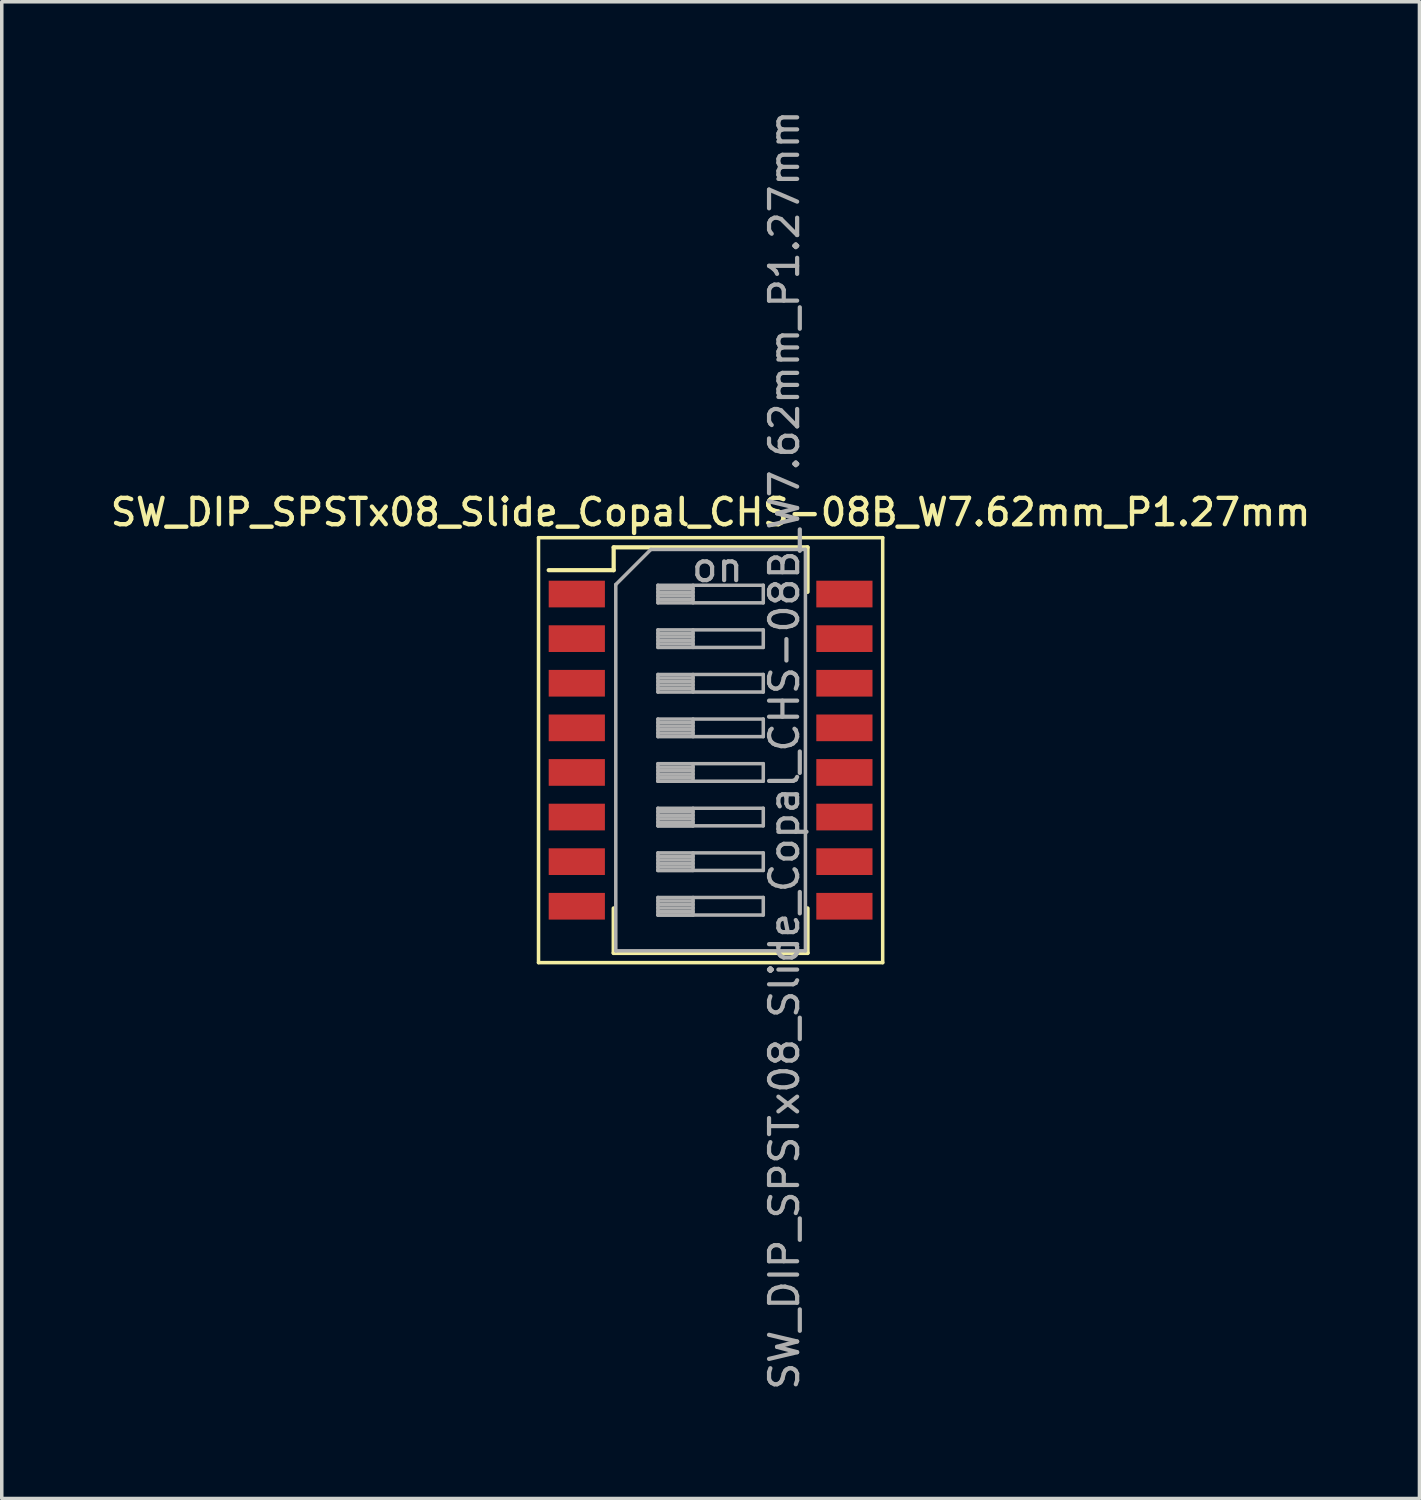
<source format=kicad_pcb>
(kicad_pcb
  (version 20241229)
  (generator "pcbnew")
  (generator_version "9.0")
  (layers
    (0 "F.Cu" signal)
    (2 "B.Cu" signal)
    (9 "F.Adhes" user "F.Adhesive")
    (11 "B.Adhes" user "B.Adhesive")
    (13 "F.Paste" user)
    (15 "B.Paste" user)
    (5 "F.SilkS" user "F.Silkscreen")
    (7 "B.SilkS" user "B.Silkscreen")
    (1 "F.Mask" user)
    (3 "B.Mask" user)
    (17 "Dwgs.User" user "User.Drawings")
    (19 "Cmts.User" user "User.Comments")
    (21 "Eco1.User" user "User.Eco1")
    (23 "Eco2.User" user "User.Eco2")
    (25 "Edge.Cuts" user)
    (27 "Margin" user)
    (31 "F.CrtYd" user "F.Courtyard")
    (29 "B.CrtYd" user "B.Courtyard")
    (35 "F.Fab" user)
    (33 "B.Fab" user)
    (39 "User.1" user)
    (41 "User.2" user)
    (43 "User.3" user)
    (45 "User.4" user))
  (footprint "SW_DIP_SPSTx08_Slide_Copal_CHS-08B_W7.62mm_P1.27mm"
    (layer "F.Cu")
    (at 17.184 18.31)
    (property "Reference" "SW_DIP_SPSTx08_Slide_Copal_CHS-08B_W7.62mm_P1.27mm" (at 0 -6.775 0) (layer "F.SilkS") (effects (font (size 0.75 0.75) (thickness 0.125))))
    (attr smd)
    (fp_line (start -4.9 -6.05) (end -4.9 6.05) (stroke (width 0.1) (type solid)) (layer "F.SilkS"))
    (fp_line (start -4.9 6.05) (end 4.9 6.05) (stroke (width 0.1) (type solid)) (layer "F.SilkS"))
    (fp_line (start -4.61 -5.125) (end -2.76 -5.125) (stroke (width 0.12) (type solid)) (layer "F.SilkS"))
    (fp_line (start -2.76 -5.775) (end -2.76 -5.125) (stroke (width 0.12) (type solid)) (layer "F.SilkS"))
    (fp_line (start -2.76 -5.775) (end 2.76 -5.775) (stroke (width 0.12) (type solid)) (layer "F.SilkS"))
    (fp_line (start -2.76 4.505) (end -2.76 5.775) (stroke (width 0.12) (type solid)) (layer "F.SilkS"))
    (fp_line (start -2.76 5.775) (end 2.76 5.775) (stroke (width 0.12) (type solid)) (layer "F.SilkS"))
    (fp_line (start 2.76 -5.775) (end 2.76 -4.506) (stroke (width 0.12) (type solid)) (layer "F.SilkS"))
    (fp_line (start 2.76 4.505) (end 2.76 5.775) (stroke (width 0.12) (type solid)) (layer "F.SilkS"))
    (fp_line (start 4.9 -6.05) (end -4.9 -6.05) (stroke (width 0.1) (type solid)) (layer "F.SilkS"))
    (fp_line (start 4.9 6.05) (end 4.9 -6.05) (stroke (width 0.1) (type solid)) (layer "F.SilkS"))
    (fp_line (start -2.7 -4.715) (end -1.7 -5.715) (stroke (width 0.1) (type solid)) (layer "F.Fab"))
    (fp_line (start -2.7 5.715) (end -2.7 -4.715) (stroke (width 0.1) (type solid)) (layer "F.Fab"))
    (fp_line (start -1.7 -5.715) (end 2.7 -5.715) (stroke (width 0.1) (type solid)) (layer "F.Fab"))
    (fp_line (start -1.5 -4.695) (end -1.5 -4.195) (stroke (width 0.1) (type solid)) (layer "F.Fab"))
    (fp_line (start -1.5 -4.595) (end -0.5 -4.595) (stroke (width 0.1) (type solid)) (layer "F.Fab"))
    (fp_line (start -1.5 -4.495) (end -0.5 -4.495) (stroke (width 0.1) (type solid)) (layer "F.Fab"))
    (fp_line (start -1.5 -4.395) (end -0.5 -4.395) (stroke (width 0.1) (type solid)) (layer "F.Fab"))
    (fp_line (start -1.5 -4.295) (end -0.5 -4.295) (stroke (width 0.1) (type solid)) (layer "F.Fab"))
    (fp_line (start -1.5 -4.195) (end 1.5 -4.195) (stroke (width 0.1) (type solid)) (layer "F.Fab"))
    (fp_line (start -1.5 -3.425) (end -1.5 -2.925) (stroke (width 0.1) (type solid)) (layer "F.Fab"))
    (fp_line (start -1.5 -3.325) (end -0.5 -3.325) (stroke (width 0.1) (type solid)) (layer "F.Fab"))
    (fp_line (start -1.5 -3.225) (end -0.5 -3.225) (stroke (width 0.1) (type solid)) (layer "F.Fab"))
    (fp_line (start -1.5 -3.125) (end -0.5 -3.125) (stroke (width 0.1) (type solid)) (layer "F.Fab"))
    (fp_line (start -1.5 -3.025) (end -0.5 -3.025) (stroke (width 0.1) (type solid)) (layer "F.Fab"))
    (fp_line (start -1.5 -2.925) (end 1.5 -2.925) (stroke (width 0.1) (type solid)) (layer "F.Fab"))
    (fp_line (start -1.5 -2.155) (end -1.5 -1.655) (stroke (width 0.1) (type solid)) (layer "F.Fab"))
    (fp_line (start -1.5 -2.055) (end -0.5 -2.055) (stroke (width 0.1) (type solid)) (layer "F.Fab"))
    (fp_line (start -1.5 -1.955) (end -0.5 -1.955) (stroke (width 0.1) (type solid)) (layer "F.Fab"))
    (fp_line (start -1.5 -1.855) (end -0.5 -1.855) (stroke (width 0.1) (type solid)) (layer "F.Fab"))
    (fp_line (start -1.5 -1.755) (end -0.5 -1.755) (stroke (width 0.1) (type solid)) (layer "F.Fab"))
    (fp_line (start -1.5 -1.655) (end 1.5 -1.655) (stroke (width 0.1) (type solid)) (layer "F.Fab"))
    (fp_line (start -1.5 -0.885) (end -1.5 -0.385) (stroke (width 0.1) (type solid)) (layer "F.Fab"))
    (fp_line (start -1.5 -0.785) (end -0.5 -0.785) (stroke (width 0.1) (type solid)) (layer "F.Fab"))
    (fp_line (start -1.5 -0.685) (end -0.5 -0.685) (stroke (width 0.1) (type solid)) (layer "F.Fab"))
    (fp_line (start -1.5 -0.585) (end -0.5 -0.585) (stroke (width 0.1) (type solid)) (layer "F.Fab"))
    (fp_line (start -1.5 -0.485) (end -0.5 -0.485) (stroke (width 0.1) (type solid)) (layer "F.Fab"))
    (fp_line (start -1.5 -0.385) (end 1.5 -0.385) (stroke (width 0.1) (type solid)) (layer "F.Fab"))
    (fp_line (start -1.5 0.385) (end -1.5 0.885) (stroke (width 0.1) (type solid)) (layer "F.Fab"))
    (fp_line (start -1.5 0.485) (end -0.5 0.485) (stroke (width 0.1) (type solid)) (layer "F.Fab"))
    (fp_line (start -1.5 0.585) (end -0.5 0.585) (stroke (width 0.1) (type solid)) (layer "F.Fab"))
    (fp_line (start -1.5 0.685) (end -0.5 0.685) (stroke (width 0.1) (type solid)) (layer "F.Fab"))
    (fp_line (start -1.5 0.785) (end -0.5 0.785) (stroke (width 0.1) (type solid)) (layer "F.Fab"))
    (fp_line (start -1.5 0.885) (end -0.5 0.885) (stroke (width 0.1) (type solid)) (layer "F.Fab"))
    (fp_line (start -1.5 0.885) (end 1.5 0.885) (stroke (width 0.1) (type solid)) (layer "F.Fab"))
    (fp_line (start -1.5 1.655) (end -1.5 2.155) (stroke (width 0.1) (type solid)) (layer "F.Fab"))
    (fp_line (start -1.5 1.755) (end -0.5 1.755) (stroke (width 0.1) (type solid)) (layer "F.Fab"))
    (fp_line (start -1.5 1.855) (end -0.5 1.855) (stroke (width 0.1) (type solid)) (layer "F.Fab"))
    (fp_line (start -1.5 1.955) (end -0.5 1.955) (stroke (width 0.1) (type solid)) (layer "F.Fab"))
    (fp_line (start -1.5 2.055) (end -0.5 2.055) (stroke (width 0.1) (type solid)) (layer "F.Fab"))
    (fp_line (start -1.5 2.155) (end -0.5 2.155) (stroke (width 0.1) (type solid)) (layer "F.Fab"))
    (fp_line (start -1.5 2.155) (end 1.5 2.155) (stroke (width 0.1) (type solid)) (layer "F.Fab"))
    (fp_line (start -1.5 2.925) (end -1.5 3.425) (stroke (width 0.1) (type solid)) (layer "F.Fab"))
    (fp_line (start -1.5 3.025) (end -0.5 3.025) (stroke (width 0.1) (type solid)) (layer "F.Fab"))
    (fp_line (start -1.5 3.125) (end -0.5 3.125) (stroke (width 0.1) (type solid)) (layer "F.Fab"))
    (fp_line (start -1.5 3.225) (end -0.5 3.225) (stroke (width 0.1) (type solid)) (layer "F.Fab"))
    (fp_line (start -1.5 3.325) (end -0.5 3.325) (stroke (width 0.1) (type solid)) (layer "F.Fab"))
    (fp_line (start -1.5 3.425) (end -0.5 3.425) (stroke (width 0.1) (type solid)) (layer "F.Fab"))
    (fp_line (start -1.5 3.425) (end 1.5 3.425) (stroke (width 0.1) (type solid)) (layer "F.Fab"))
    (fp_line (start -1.5 4.195) (end -1.5 4.695) (stroke (width 0.1) (type solid)) (layer "F.Fab"))
    (fp_line (start -1.5 4.295) (end -0.5 4.295) (stroke (width 0.1) (type solid)) (layer "F.Fab"))
    (fp_line (start -1.5 4.395) (end -0.5 4.395) (stroke (width 0.1) (type solid)) (layer "F.Fab"))
    (fp_line (start -1.5 4.495) (end -0.5 4.495) (stroke (width 0.1) (type solid)) (layer "F.Fab"))
    (fp_line (start -1.5 4.595) (end -0.5 4.595) (stroke (width 0.1) (type solid)) (layer "F.Fab"))
    (fp_line (start -1.5 4.695) (end -0.5 4.695) (stroke (width 0.1) (type solid)) (layer "F.Fab"))
    (fp_line (start -1.5 4.695) (end 1.5 4.695) (stroke (width 0.1) (type solid)) (layer "F.Fab"))
    (fp_line (start -0.5 -4.695) (end -0.5 -4.195) (stroke (width 0.1) (type solid)) (layer "F.Fab"))
    (fp_line (start -0.5 -3.425) (end -0.5 -2.925) (stroke (width 0.1) (type solid)) (layer "F.Fab"))
    (fp_line (start -0.5 -2.155) (end -0.5 -1.655) (stroke (width 0.1) (type solid)) (layer "F.Fab"))
    (fp_line (start -0.5 -0.885) (end -0.5 -0.385) (stroke (width 0.1) (type solid)) (layer "F.Fab"))
    (fp_line (start -0.5 0.385) (end -0.5 0.885) (stroke (width 0.1) (type solid)) (layer "F.Fab"))
    (fp_line (start -0.5 1.655) (end -0.5 2.155) (stroke (width 0.1) (type solid)) (layer "F.Fab"))
    (fp_line (start -0.5 2.925) (end -0.5 3.425) (stroke (width 0.1) (type solid)) (layer "F.Fab"))
    (fp_line (start -0.5 4.195) (end -0.5 4.695) (stroke (width 0.1) (type solid)) (layer "F.Fab"))
    (fp_line (start 1.5 -4.695) (end -1.5 -4.695) (stroke (width 0.1) (type solid)) (layer "F.Fab"))
    (fp_line (start 1.5 -4.195) (end 1.5 -4.695) (stroke (width 0.1) (type solid)) (layer "F.Fab"))
    (fp_line (start 1.5 -3.425) (end -1.5 -3.425) (stroke (width 0.1) (type solid)) (layer "F.Fab"))
    (fp_line (start 1.5 -2.925) (end 1.5 -3.425) (stroke (width 0.1) (type solid)) (layer "F.Fab"))
    (fp_line (start 1.5 -2.155) (end -1.5 -2.155) (stroke (width 0.1) (type solid)) (layer "F.Fab"))
    (fp_line (start 1.5 -1.655) (end 1.5 -2.155) (stroke (width 0.1) (type solid)) (layer "F.Fab"))
    (fp_line (start 1.5 -0.885) (end -1.5 -0.885) (stroke (width 0.1) (type solid)) (layer "F.Fab"))
    (fp_line (start 1.5 -0.385) (end 1.5 -0.885) (stroke (width 0.1) (type solid)) (layer "F.Fab"))
    (fp_line (start 1.5 0.385) (end -1.5 0.385) (stroke (width 0.1) (type solid)) (layer "F.Fab"))
    (fp_line (start 1.5 0.885) (end 1.5 0.385) (stroke (width 0.1) (type solid)) (layer "F.Fab"))
    (fp_line (start 1.5 1.655) (end -1.5 1.655) (stroke (width 0.1) (type solid)) (layer "F.Fab"))
    (fp_line (start 1.5 2.155) (end 1.5 1.655) (stroke (width 0.1) (type solid)) (layer "F.Fab"))
    (fp_line (start 1.5 2.925) (end -1.5 2.925) (stroke (width 0.1) (type solid)) (layer "F.Fab"))
    (fp_line (start 1.5 3.425) (end 1.5 2.925) (stroke (width 0.1) (type solid)) (layer "F.Fab"))
    (fp_line (start 1.5 4.195) (end -1.5 4.195) (stroke (width 0.1) (type solid)) (layer "F.Fab"))
    (fp_line (start 1.5 4.695) (end 1.5 4.195) (stroke (width 0.1) (type solid)) (layer "F.Fab"))
    (fp_line (start 2.7 -5.715) (end 2.7 5.715) (stroke (width 0.1) (type solid)) (layer "F.Fab"))
    (fp_line (start 2.7 5.715) (end -2.7 5.715) (stroke (width 0.1) (type solid)) (layer "F.Fab"))
    (fp_text user "on" (at 0.195 -5.205 0) (layer "F.Fab") (effects (font (size 0.8 0.8) (thickness 0.12))))
    (fp_text user "${REFERENCE}" (at 2.1 0 90) (layer "F.Fab") (effects (font (size 0.8 0.8) (thickness 0.12))))
    (pad "1" smd rect (at -3.81 -4.445) (size 1.6 0.76) (layers "F.Cu" "F.Mask" "F.Paste"))
    (pad "2" smd rect (at -3.81 -3.175) (size 1.6 0.76) (layers "F.Cu" "F.Mask" "F.Paste"))
    (pad "3" smd rect (at -3.81 -1.905) (size 1.6 0.76) (layers "F.Cu" "F.Mask" "F.Paste"))
    (pad "4" smd rect (at -3.81 -0.635) (size 1.6 0.76) (layers "F.Cu" "F.Mask" "F.Paste"))
    (pad "5" smd rect (at -3.81 0.635) (size 1.6 0.76) (layers "F.Cu" "F.Mask" "F.Paste"))
    (pad "6" smd rect (at -3.81 1.905) (size 1.6 0.76) (layers "F.Cu" "F.Mask" "F.Paste"))
    (pad "7" smd rect (at -3.81 3.175) (size 1.6 0.76) (layers "F.Cu" "F.Mask" "F.Paste"))
    (pad "8" smd rect (at -3.81 4.445) (size 1.6 0.76) (layers "F.Cu" "F.Mask" "F.Paste"))
    (pad "9" smd rect (at 3.81 4.445) (size 1.6 0.76) (layers "F.Cu" "F.Mask" "F.Paste"))
    (pad "10" smd rect (at 3.81 3.175) (size 1.6 0.76) (layers "F.Cu" "F.Mask" "F.Paste"))
    (pad "11" smd rect (at 3.81 1.905) (size 1.6 0.76) (layers "F.Cu" "F.Mask" "F.Paste"))
    (pad "12" smd rect (at 3.81 0.635) (size 1.6 0.76) (layers "F.Cu" "F.Mask" "F.Paste"))
    (pad "13" smd rect (at 3.81 -0.635) (size 1.6 0.76) (layers "F.Cu" "F.Mask" "F.Paste"))
    (pad "14" smd rect (at 3.81 -1.905) (size 1.6 0.76) (layers "F.Cu" "F.Mask" "F.Paste"))
    (pad "15" smd rect (at 3.81 -3.175) (size 1.6 0.76) (layers "F.Cu" "F.Mask" "F.Paste"))
    (pad "16" smd rect (at 3.81 -4.445) (size 1.6 0.76) (layers "F.Cu" "F.Mask" "F.Paste")))
  (gr_rect
    (start -3 -3)
    (end 37.368 39.619)
    (stroke (width 0.1) (type default))
    (fill no)
    (layer "Edge.Cuts")))
</source>
